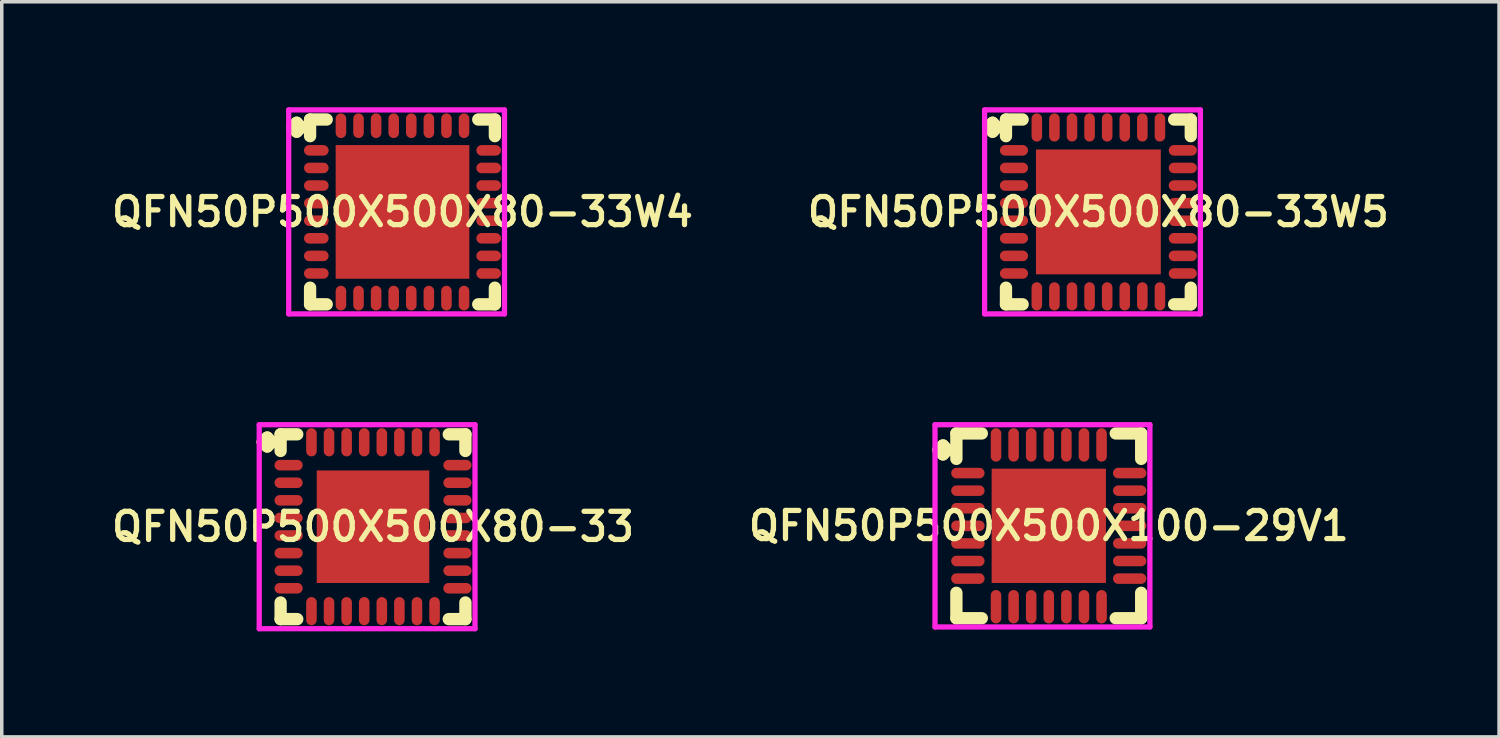
<source format=kicad_pcb>
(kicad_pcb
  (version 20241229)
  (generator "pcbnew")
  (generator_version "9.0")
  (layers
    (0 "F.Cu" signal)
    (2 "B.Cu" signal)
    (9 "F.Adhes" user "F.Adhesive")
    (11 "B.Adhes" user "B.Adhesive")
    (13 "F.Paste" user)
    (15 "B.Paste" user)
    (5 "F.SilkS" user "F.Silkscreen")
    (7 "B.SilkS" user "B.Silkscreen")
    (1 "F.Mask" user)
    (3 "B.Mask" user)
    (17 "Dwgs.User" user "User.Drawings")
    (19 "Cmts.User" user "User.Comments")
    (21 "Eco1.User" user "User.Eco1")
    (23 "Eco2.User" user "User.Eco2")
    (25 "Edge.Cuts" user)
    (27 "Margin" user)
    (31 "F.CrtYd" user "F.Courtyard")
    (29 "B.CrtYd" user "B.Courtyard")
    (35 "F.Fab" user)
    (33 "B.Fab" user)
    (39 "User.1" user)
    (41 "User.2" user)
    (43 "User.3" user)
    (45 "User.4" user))
  (footprint "QFN50P500X500X100-29V1"
    (layer "F.Cu")
    (at 26.768 11.9)
    (property "Reference" "QFN50P500X500X100-29V1" (at 0 0 0) (layer "F.SilkS") (effects (font (size 0.8 0.8) (thickness 0.15))))
    (attr smd)
    (fp_line (start -3.135 -2.158) (end -3.008 -2.285) (stroke (width 0.35) (type solid)) (layer "F.SilkS"))
    (fp_line (start -3.008 -2.285) (end -2.881 -2.158) (stroke (width 0.35) (type solid)) (layer "F.SilkS"))
    (fp_line (start -3.008 -2.031) (end -3.135 -2.158) (stroke (width 0.35) (type solid)) (layer "F.SilkS"))
    (fp_line (start -2.881 -2.158) (end -3.008 -2.031) (stroke (width 0.35) (type solid)) (layer "F.SilkS"))
    (fp_line (start -2.627 -2.627) (end -1.904 -2.627) (stroke (width 0.35) (type solid)) (layer "F.SilkS"))
    (fp_line (start -2.627 -1.904) (end -2.627 -2.627) (stroke (width 0.35) (type solid)) (layer "F.SilkS"))
    (fp_line (start -2.627 1.904) (end -2.627 2.627) (stroke (width 0.35) (type solid)) (layer "F.SilkS"))
    (fp_line (start -2.627 2.627) (end -1.904 2.627) (stroke (width 0.35) (type solid)) (layer "F.SilkS"))
    (fp_line (start 1.904 -2.627) (end 2.627 -2.627) (stroke (width 0.35) (type solid)) (layer "F.SilkS"))
    (fp_line (start 1.904 2.627) (end 2.627 2.627) (stroke (width 0.35) (type solid)) (layer "F.SilkS"))
    (fp_line (start 2.627 -2.627) (end 2.627 -1.904) (stroke (width 0.35) (type solid)) (layer "F.SilkS"))
    (fp_line (start 2.627 2.627) (end 2.627 1.904) (stroke (width 0.35) (type solid)) (layer "F.SilkS"))
    (fp_line (start -3.235 -2.875) (end 2.875 -2.875) (stroke (width 0.15) (type solid)) (layer "F.CrtYd"))
    (fp_line (start -3.235 2.875) (end -3.235 -2.875) (stroke (width 0.15) (type solid)) (layer "F.CrtYd"))
    (fp_line (start 2.875 -2.875) (end 2.875 2.875) (stroke (width 0.15) (type solid)) (layer "F.CrtYd"))
    (fp_line (start 2.875 2.875) (end -3.235 2.875) (stroke (width 0.15) (type solid)) (layer "F.CrtYd"))
    (pad "1" smd oval (at -2.3 -1.5) (size 0.95 0.3) (layers "F.Cu" "F.Mask" "F.Paste"))
    (pad "2" smd oval (at -2.3 -1) (size 0.95 0.3) (layers "F.Cu" "F.Mask" "F.Paste"))
    (pad "3" smd oval (at -2.3 -0.5) (size 0.95 0.3) (layers "F.Cu" "F.Mask" "F.Paste"))
    (pad "4" smd oval (at -2.3 0) (size 0.95 0.3) (layers "F.Cu" "F.Mask" "F.Paste"))
    (pad "5" smd oval (at -2.3 0.5) (size 0.95 0.3) (layers "F.Cu" "F.Mask" "F.Paste"))
    (pad "6" smd oval (at -2.3 1) (size 0.95 0.3) (layers "F.Cu" "F.Mask" "F.Paste"))
    (pad "7" smd oval (at -2.3 1.5) (size 0.95 0.3) (layers "F.Cu" "F.Mask" "F.Paste"))
    (pad "8" smd oval (at -1.5 2.3) (size 0.3 0.95) (layers "F.Cu" "F.Mask" "F.Paste"))
    (pad "9" smd oval (at -1 2.3) (size 0.3 0.95) (layers "F.Cu" "F.Mask" "F.Paste"))
    (pad "10" smd oval (at -0.5 2.3) (size 0.3 0.95) (layers "F.Cu" "F.Mask" "F.Paste"))
    (pad "11" smd oval (at 0 2.3) (size 0.3 0.95) (layers "F.Cu" "F.Mask" "F.Paste"))
    (pad "12" smd oval (at 0.5 2.3) (size 0.3 0.95) (layers "F.Cu" "F.Mask" "F.Paste"))
    (pad "13" smd oval (at 1 2.3) (size 0.3 0.95) (layers "F.Cu" "F.Mask" "F.Paste"))
    (pad "14" smd oval (at 1.5 2.3) (size 0.3 0.95) (layers "F.Cu" "F.Mask" "F.Paste"))
    (pad "15" smd oval (at 2.3 1.5) (size 0.95 0.3) (layers "F.Cu" "F.Mask" "F.Paste"))
    (pad "16" smd oval (at 2.3 1) (size 0.95 0.3) (layers "F.Cu" "F.Mask" "F.Paste"))
    (pad "17" smd oval (at 2.3 0.5) (size 0.95 0.3) (layers "F.Cu" "F.Mask" "F.Paste"))
    (pad "18" smd oval (at 2.3 0) (size 0.95 0.3) (layers "F.Cu" "F.Mask" "F.Paste"))
    (pad "19" smd oval (at 2.3 -0.5) (size 0.95 0.3) (layers "F.Cu" "F.Mask" "F.Paste"))
    (pad "20" smd oval (at 2.3 -1) (size 0.95 0.3) (layers "F.Cu" "F.Mask" "F.Paste"))
    (pad "21" smd oval (at 2.3 -1.5) (size 0.95 0.3) (layers "F.Cu" "F.Mask" "F.Paste"))
    (pad "22" smd oval (at 1.5 -2.3) (size 0.3 0.95) (layers "F.Cu" "F.Mask" "F.Paste"))
    (pad "23" smd oval (at 1 -2.3) (size 0.3 0.95) (layers "F.Cu" "F.Mask" "F.Paste"))
    (pad "24" smd oval (at 0.5 -2.3) (size 0.3 0.95) (layers "F.Cu" "F.Mask" "F.Paste"))
    (pad "25" smd oval (at 0 -2.3) (size 0.3 0.95) (layers "F.Cu" "F.Mask" "F.Paste"))
    (pad "26" smd oval (at -0.5 -2.3) (size 0.3 0.95) (layers "F.Cu" "F.Mask" "F.Paste"))
    (pad "27" smd oval (at -1 -2.3) (size 0.3 0.95) (layers "F.Cu" "F.Mask" "F.Paste"))
    (pad "28" smd oval (at -1.5 -2.3) (size 0.3 0.95) (layers "F.Cu" "F.Mask" "F.Paste"))
    (pad "29" smd rect (at 0 0) (size 3.25 3.25) (layers "F.Cu" "F.Mask" "F.Paste")))
  (footprint "QFN50P500X500X80-33W4"
    (layer "F.Cu")
    (at 8.393 2.975)
    (property "Reference" "QFN50P500X500X80-33W4" (at 0 0 0) (layer "F.SilkS") (effects (font (size 0.8 0.8) (thickness 0.15))))
    (attr smd)
    (fp_line (start -3.135 -2.408) (end -3.008 -2.535) (stroke (width 0.35) (type solid)) (layer "F.SilkS"))
    (fp_line (start -3.008 -2.535) (end -2.881 -2.408) (stroke (width 0.35) (type solid)) (layer "F.SilkS"))
    (fp_line (start -3.008 -2.281) (end -3.135 -2.408) (stroke (width 0.35) (type solid)) (layer "F.SilkS"))
    (fp_line (start -2.881 -2.408) (end -3.008 -2.281) (stroke (width 0.35) (type solid)) (layer "F.SilkS"))
    (fp_line (start -2.627 -2.627) (end -2.154 -2.627) (stroke (width 0.35) (type solid)) (layer "F.SilkS"))
    (fp_line (start -2.627 -2.154) (end -2.627 -2.627) (stroke (width 0.35) (type solid)) (layer "F.SilkS"))
    (fp_line (start -2.627 2.154) (end -2.627 2.627) (stroke (width 0.35) (type solid)) (layer "F.SilkS"))
    (fp_line (start -2.627 2.627) (end -2.154 2.627) (stroke (width 0.35) (type solid)) (layer "F.SilkS"))
    (fp_line (start 2.154 -2.627) (end 2.627 -2.627) (stroke (width 0.35) (type solid)) (layer "F.SilkS"))
    (fp_line (start 2.154 2.627) (end 2.627 2.627) (stroke (width 0.35) (type solid)) (layer "F.SilkS"))
    (fp_line (start 2.627 -2.627) (end 2.627 -2.154) (stroke (width 0.35) (type solid)) (layer "F.SilkS"))
    (fp_line (start 2.627 2.627) (end 2.627 2.154) (stroke (width 0.35) (type solid)) (layer "F.SilkS"))
    (fp_line (start -3.235 -2.9) (end 2.9 -2.9) (stroke (width 0.15) (type solid)) (layer "F.CrtYd"))
    (fp_line (start -3.235 2.9) (end -3.235 -2.9) (stroke (width 0.15) (type solid)) (layer "F.CrtYd"))
    (fp_line (start 2.9 -2.9) (end 2.9 2.9) (stroke (width 0.15) (type solid)) (layer "F.CrtYd"))
    (fp_line (start 2.9 2.9) (end -3.235 2.9) (stroke (width 0.15) (type solid)) (layer "F.CrtYd"))
    (pad "1" smd oval (at -2.45 -1.75) (size 0.7 0.3) (layers "F.Cu" "F.Mask" "F.Paste"))
    (pad "2" smd oval (at -2.45 -1.25) (size 0.7 0.3) (layers "F.Cu" "F.Mask" "F.Paste"))
    (pad "3" smd oval (at -2.45 -0.75) (size 0.7 0.3) (layers "F.Cu" "F.Mask" "F.Paste"))
    (pad "4" smd oval (at -2.45 -0.25) (size 0.7 0.3) (layers "F.Cu" "F.Mask" "F.Paste"))
    (pad "5" smd oval (at -2.45 0.25) (size 0.7 0.3) (layers "F.Cu" "F.Mask" "F.Paste"))
    (pad "6" smd oval (at -2.45 0.75) (size 0.7 0.3) (layers "F.Cu" "F.Mask" "F.Paste"))
    (pad "7" smd oval (at -2.45 1.25) (size 0.7 0.3) (layers "F.Cu" "F.Mask" "F.Paste"))
    (pad "8" smd oval (at -2.45 1.75) (size 0.7 0.3) (layers "F.Cu" "F.Mask" "F.Paste"))
    (pad "9" smd oval (at -1.75 2.45) (size 0.3 0.7) (layers "F.Cu" "F.Mask" "F.Paste"))
    (pad "10" smd oval (at -1.25 2.45) (size 0.3 0.7) (layers "F.Cu" "F.Mask" "F.Paste"))
    (pad "11" smd oval (at -0.75 2.45) (size 0.3 0.7) (layers "F.Cu" "F.Mask" "F.Paste"))
    (pad "12" smd oval (at -0.25 2.45) (size 0.3 0.7) (layers "F.Cu" "F.Mask" "F.Paste"))
    (pad "13" smd oval (at 0.25 2.45) (size 0.3 0.7) (layers "F.Cu" "F.Mask" "F.Paste"))
    (pad "14" smd oval (at 0.75 2.45) (size 0.3 0.7) (layers "F.Cu" "F.Mask" "F.Paste"))
    (pad "15" smd oval (at 1.25 2.45) (size 0.3 0.7) (layers "F.Cu" "F.Mask" "F.Paste"))
    (pad "16" smd oval (at 1.75 2.45) (size 0.3 0.7) (layers "F.Cu" "F.Mask" "F.Paste"))
    (pad "17" smd oval (at 2.45 1.75) (size 0.7 0.3) (layers "F.Cu" "F.Mask" "F.Paste"))
    (pad "18" smd oval (at 2.45 1.25) (size 0.7 0.3) (layers "F.Cu" "F.Mask" "F.Paste"))
    (pad "19" smd oval (at 2.45 0.75) (size 0.7 0.3) (layers "F.Cu" "F.Mask" "F.Paste"))
    (pad "20" smd oval (at 2.45 0.25) (size 0.7 0.3) (layers "F.Cu" "F.Mask" "F.Paste"))
    (pad "21" smd oval (at 2.45 -0.25) (size 0.7 0.3) (layers "F.Cu" "F.Mask" "F.Paste"))
    (pad "22" smd oval (at 2.45 -0.75) (size 0.7 0.3) (layers "F.Cu" "F.Mask" "F.Paste"))
    (pad "23" smd oval (at 2.45 -1.25) (size 0.7 0.3) (layers "F.Cu" "F.Mask" "F.Paste"))
    (pad "24" smd oval (at 2.45 -1.75) (size 0.7 0.3) (layers "F.Cu" "F.Mask" "F.Paste"))
    (pad "25" smd oval (at 1.75 -2.45) (size 0.3 0.7) (layers "F.Cu" "F.Mask" "F.Paste"))
    (pad "26" smd oval (at 1.25 -2.45) (size 0.3 0.7) (layers "F.Cu" "F.Mask" "F.Paste"))
    (pad "27" smd oval (at 0.75 -2.45) (size 0.3 0.7) (layers "F.Cu" "F.Mask" "F.Paste"))
    (pad "28" smd oval (at 0.25 -2.45) (size 0.3 0.7) (layers "F.Cu" "F.Mask" "F.Paste"))
    (pad "29" smd oval (at -0.25 -2.45) (size 0.3 0.7) (layers "F.Cu" "F.Mask" "F.Paste"))
    (pad "30" smd oval (at -0.75 -2.45) (size 0.3 0.7) (layers "F.Cu" "F.Mask" "F.Paste"))
    (pad "31" smd oval (at -1.25 -2.45) (size 0.3 0.7) (layers "F.Cu" "F.Mask" "F.Paste"))
    (pad "32" smd oval (at -1.75 -2.45) (size 0.3 0.7) (layers "F.Cu" "F.Mask" "F.Paste"))
    (pad "33" smd rect (at 0 0) (size 3.8 3.8) (layers "F.Cu" "F.Mask" "F.Paste")))
  (footprint "QFN50P500X500X80-33"
    (layer "F.Cu")
    (at 7.555 11.925)
    (property "Reference" "QFN50P500X500X80-33" (at 0 0 0) (layer "F.SilkS") (effects (font (size 0.8 0.8) (thickness 0.15))))
    (attr smd)
    (fp_line (start -3.135 -2.408) (end -3.008 -2.535) (stroke (width 0.35) (type solid)) (layer "F.SilkS"))
    (fp_line (start -3.008 -2.535) (end -2.881 -2.408) (stroke (width 0.35) (type solid)) (layer "F.SilkS"))
    (fp_line (start -3.008 -2.281) (end -3.135 -2.408) (stroke (width 0.35) (type solid)) (layer "F.SilkS"))
    (fp_line (start -2.881 -2.408) (end -3.008 -2.281) (stroke (width 0.35) (type solid)) (layer "F.SilkS"))
    (fp_line (start -2.627 -2.627) (end -2.154 -2.627) (stroke (width 0.35) (type solid)) (layer "F.SilkS"))
    (fp_line (start -2.627 -2.154) (end -2.627 -2.627) (stroke (width 0.35) (type solid)) (layer "F.SilkS"))
    (fp_line (start -2.627 2.154) (end -2.627 2.627) (stroke (width 0.35) (type solid)) (layer "F.SilkS"))
    (fp_line (start -2.627 2.627) (end -2.154 2.627) (stroke (width 0.35) (type solid)) (layer "F.SilkS"))
    (fp_line (start 2.154 -2.627) (end 2.627 -2.627) (stroke (width 0.35) (type solid)) (layer "F.SilkS"))
    (fp_line (start 2.154 2.627) (end 2.627 2.627) (stroke (width 0.35) (type solid)) (layer "F.SilkS"))
    (fp_line (start 2.627 -2.627) (end 2.627 -2.154) (stroke (width 0.35) (type solid)) (layer "F.SilkS"))
    (fp_line (start 2.627 2.627) (end 2.627 2.154) (stroke (width 0.35) (type solid)) (layer "F.SilkS"))
    (fp_line (start -3.235 -2.9) (end 2.9 -2.9) (stroke (width 0.15) (type solid)) (layer "F.CrtYd"))
    (fp_line (start -3.235 2.9) (end -3.235 -2.9) (stroke (width 0.15) (type solid)) (layer "F.CrtYd"))
    (fp_line (start 2.9 -2.9) (end 2.9 2.9) (stroke (width 0.15) (type solid)) (layer "F.CrtYd"))
    (fp_line (start 2.9 2.9) (end -3.235 2.9) (stroke (width 0.15) (type solid)) (layer "F.CrtYd"))
    (pad "1" smd oval (at -2.4 -1.75) (size 0.8 0.3) (layers "F.Cu" "F.Mask" "F.Paste"))
    (pad "2" smd oval (at -2.4 -1.25) (size 0.8 0.3) (layers "F.Cu" "F.Mask" "F.Paste"))
    (pad "3" smd oval (at -2.4 -0.75) (size 0.8 0.3) (layers "F.Cu" "F.Mask" "F.Paste"))
    (pad "4" smd oval (at -2.4 -0.25) (size 0.8 0.3) (layers "F.Cu" "F.Mask" "F.Paste"))
    (pad "5" smd oval (at -2.4 0.25) (size 0.8 0.3) (layers "F.Cu" "F.Mask" "F.Paste"))
    (pad "6" smd oval (at -2.4 0.75) (size 0.8 0.3) (layers "F.Cu" "F.Mask" "F.Paste"))
    (pad "7" smd oval (at -2.4 1.25) (size 0.8 0.3) (layers "F.Cu" "F.Mask" "F.Paste"))
    (pad "8" smd oval (at -2.4 1.75) (size 0.8 0.3) (layers "F.Cu" "F.Mask" "F.Paste"))
    (pad "9" smd oval (at -1.75 2.4) (size 0.3 0.8) (layers "F.Cu" "F.Mask" "F.Paste"))
    (pad "10" smd oval (at -1.25 2.4) (size 0.3 0.8) (layers "F.Cu" "F.Mask" "F.Paste"))
    (pad "11" smd oval (at -0.75 2.4) (size 0.3 0.8) (layers "F.Cu" "F.Mask" "F.Paste"))
    (pad "12" smd oval (at -0.25 2.4) (size 0.3 0.8) (layers "F.Cu" "F.Mask" "F.Paste"))
    (pad "13" smd oval (at 0.25 2.4) (size 0.3 0.8) (layers "F.Cu" "F.Mask" "F.Paste"))
    (pad "14" smd oval (at 0.75 2.4) (size 0.3 0.8) (layers "F.Cu" "F.Mask" "F.Paste"))
    (pad "15" smd oval (at 1.25 2.4) (size 0.3 0.8) (layers "F.Cu" "F.Mask" "F.Paste"))
    (pad "16" smd oval (at 1.75 2.4) (size 0.3 0.8) (layers "F.Cu" "F.Mask" "F.Paste"))
    (pad "17" smd oval (at 2.4 1.75) (size 0.8 0.3) (layers "F.Cu" "F.Mask" "F.Paste"))
    (pad "18" smd oval (at 2.4 1.25) (size 0.8 0.3) (layers "F.Cu" "F.Mask" "F.Paste"))
    (pad "19" smd oval (at 2.4 0.75) (size 0.8 0.3) (layers "F.Cu" "F.Mask" "F.Paste"))
    (pad "20" smd oval (at 2.4 0.25) (size 0.8 0.3) (layers "F.Cu" "F.Mask" "F.Paste"))
    (pad "21" smd oval (at 2.4 -0.25) (size 0.8 0.3) (layers "F.Cu" "F.Mask" "F.Paste"))
    (pad "22" smd oval (at 2.4 -0.75) (size 0.8 0.3) (layers "F.Cu" "F.Mask" "F.Paste"))
    (pad "23" smd oval (at 2.4 -1.25) (size 0.8 0.3) (layers "F.Cu" "F.Mask" "F.Paste"))
    (pad "24" smd oval (at 2.4 -1.75) (size 0.8 0.3) (layers "F.Cu" "F.Mask" "F.Paste"))
    (pad "25" smd oval (at 1.75 -2.4) (size 0.3 0.8) (layers "F.Cu" "F.Mask" "F.Paste"))
    (pad "26" smd oval (at 1.25 -2.4) (size 0.3 0.8) (layers "F.Cu" "F.Mask" "F.Paste"))
    (pad "27" smd oval (at 0.75 -2.4) (size 0.3 0.8) (layers "F.Cu" "F.Mask" "F.Paste"))
    (pad "28" smd oval (at 0.25 -2.4) (size 0.3 0.8) (layers "F.Cu" "F.Mask" "F.Paste"))
    (pad "29" smd oval (at -0.25 -2.4) (size 0.3 0.8) (layers "F.Cu" "F.Mask" "F.Paste"))
    (pad "30" smd oval (at -0.75 -2.4) (size 0.3 0.8) (layers "F.Cu" "F.Mask" "F.Paste"))
    (pad "31" smd oval (at -1.25 -2.4) (size 0.3 0.8) (layers "F.Cu" "F.Mask" "F.Paste"))
    (pad "32" smd oval (at -1.75 -2.4) (size 0.3 0.8) (layers "F.Cu" "F.Mask" "F.Paste"))
    (pad "33" smd rect (at 0 0) (size 3.2 3.2) (layers "F.Cu" "F.Mask" "F.Paste")))
  (footprint "QFN50P500X500X80-33W5"
    (layer "F.Cu")
    (at 28.178 2.975)
    (property "Reference" "QFN50P500X500X80-33W5" (at 0 0 0) (layer "F.SilkS") (effects (font (size 0.8 0.8) (thickness 0.15))))
    (attr smd)
    (fp_line (start -3.135 -2.408) (end -3.008 -2.535) (stroke (width 0.35) (type solid)) (layer "F.SilkS"))
    (fp_line (start -3.008 -2.535) (end -2.881 -2.408) (stroke (width 0.35) (type solid)) (layer "F.SilkS"))
    (fp_line (start -3.008 -2.281) (end -3.135 -2.408) (stroke (width 0.35) (type solid)) (layer "F.SilkS"))
    (fp_line (start -2.881 -2.408) (end -3.008 -2.281) (stroke (width 0.35) (type solid)) (layer "F.SilkS"))
    (fp_line (start -2.627 -2.627) (end -2.154 -2.627) (stroke (width 0.35) (type solid)) (layer "F.SilkS"))
    (fp_line (start -2.627 -2.154) (end -2.627 -2.627) (stroke (width 0.35) (type solid)) (layer "F.SilkS"))
    (fp_line (start -2.627 2.154) (end -2.627 2.627) (stroke (width 0.35) (type solid)) (layer "F.SilkS"))
    (fp_line (start -2.627 2.627) (end -2.154 2.627) (stroke (width 0.35) (type solid)) (layer "F.SilkS"))
    (fp_line (start 2.154 -2.627) (end 2.627 -2.627) (stroke (width 0.35) (type solid)) (layer "F.SilkS"))
    (fp_line (start 2.154 2.627) (end 2.627 2.627) (stroke (width 0.35) (type solid)) (layer "F.SilkS"))
    (fp_line (start 2.627 -2.627) (end 2.627 -2.154) (stroke (width 0.35) (type solid)) (layer "F.SilkS"))
    (fp_line (start 2.627 2.627) (end 2.627 2.154) (stroke (width 0.35) (type solid)) (layer "F.SilkS"))
    (fp_line (start -3.235 -2.9) (end 2.9 -2.9) (stroke (width 0.15) (type solid)) (layer "F.CrtYd"))
    (fp_line (start -3.235 2.9) (end -3.235 -2.9) (stroke (width 0.15) (type solid)) (layer "F.CrtYd"))
    (fp_line (start 2.9 -2.9) (end 2.9 2.9) (stroke (width 0.15) (type solid)) (layer "F.CrtYd"))
    (fp_line (start 2.9 2.9) (end -3.235 2.9) (stroke (width 0.15) (type solid)) (layer "F.CrtYd"))
    (pad "1" smd oval (at -2.4 -1.75) (size 0.8 0.3) (layers "F.Cu" "F.Mask" "F.Paste"))
    (pad "2" smd oval (at -2.4 -1.25) (size 0.8 0.3) (layers "F.Cu" "F.Mask" "F.Paste"))
    (pad "3" smd oval (at -2.4 -0.75) (size 0.8 0.3) (layers "F.Cu" "F.Mask" "F.Paste"))
    (pad "4" smd oval (at -2.4 -0.25) (size 0.8 0.3) (layers "F.Cu" "F.Mask" "F.Paste"))
    (pad "5" smd oval (at -2.4 0.25) (size 0.8 0.3) (layers "F.Cu" "F.Mask" "F.Paste"))
    (pad "6" smd oval (at -2.4 0.75) (size 0.8 0.3) (layers "F.Cu" "F.Mask" "F.Paste"))
    (pad "7" smd oval (at -2.4 1.25) (size 0.8 0.3) (layers "F.Cu" "F.Mask" "F.Paste"))
    (pad "8" smd oval (at -2.4 1.75) (size 0.8 0.3) (layers "F.Cu" "F.Mask" "F.Paste"))
    (pad "9" smd oval (at -1.75 2.4) (size 0.3 0.8) (layers "F.Cu" "F.Mask" "F.Paste"))
    (pad "10" smd oval (at -1.25 2.4) (size 0.3 0.8) (layers "F.Cu" "F.Mask" "F.Paste"))
    (pad "11" smd oval (at -0.75 2.4) (size 0.3 0.8) (layers "F.Cu" "F.Mask" "F.Paste"))
    (pad "12" smd oval (at -0.25 2.4) (size 0.3 0.8) (layers "F.Cu" "F.Mask" "F.Paste"))
    (pad "13" smd oval (at 0.25 2.4) (size 0.3 0.8) (layers "F.Cu" "F.Mask" "F.Paste"))
    (pad "14" smd oval (at 0.75 2.4) (size 0.3 0.8) (layers "F.Cu" "F.Mask" "F.Paste"))
    (pad "15" smd oval (at 1.25 2.4) (size 0.3 0.8) (layers "F.Cu" "F.Mask" "F.Paste"))
    (pad "16" smd oval (at 1.75 2.4) (size 0.3 0.8) (layers "F.Cu" "F.Mask" "F.Paste"))
    (pad "17" smd oval (at 2.4 1.75) (size 0.8 0.3) (layers "F.Cu" "F.Mask" "F.Paste"))
    (pad "18" smd oval (at 2.4 1.25) (size 0.8 0.3) (layers "F.Cu" "F.Mask" "F.Paste"))
    (pad "19" smd oval (at 2.4 0.75) (size 0.8 0.3) (layers "F.Cu" "F.Mask" "F.Paste"))
    (pad "20" smd oval (at 2.4 0.25) (size 0.8 0.3) (layers "F.Cu" "F.Mask" "F.Paste"))
    (pad "21" smd oval (at 2.4 -0.25) (size 0.8 0.3) (layers "F.Cu" "F.Mask" "F.Paste"))
    (pad "22" smd oval (at 2.4 -0.75) (size 0.8 0.3) (layers "F.Cu" "F.Mask" "F.Paste"))
    (pad "23" smd oval (at 2.4 -1.25) (size 0.8 0.3) (layers "F.Cu" "F.Mask" "F.Paste"))
    (pad "24" smd oval (at 2.4 -1.75) (size 0.8 0.3) (layers "F.Cu" "F.Mask" "F.Paste"))
    (pad "25" smd oval (at 1.75 -2.4) (size 0.3 0.8) (layers "F.Cu" "F.Mask" "F.Paste"))
    (pad "26" smd oval (at 1.25 -2.4) (size 0.3 0.8) (layers "F.Cu" "F.Mask" "F.Paste"))
    (pad "27" smd oval (at 0.75 -2.4) (size 0.3 0.8) (layers "F.Cu" "F.Mask" "F.Paste"))
    (pad "28" smd oval (at 0.25 -2.4) (size 0.3 0.8) (layers "F.Cu" "F.Mask" "F.Paste"))
    (pad "29" smd oval (at -0.25 -2.4) (size 0.3 0.8) (layers "F.Cu" "F.Mask" "F.Paste"))
    (pad "30" smd oval (at -0.75 -2.4) (size 0.3 0.8) (layers "F.Cu" "F.Mask" "F.Paste"))
    (pad "31" smd oval (at -1.25 -2.4) (size 0.3 0.8) (layers "F.Cu" "F.Mask" "F.Paste"))
    (pad "32" smd oval (at -1.75 -2.4) (size 0.3 0.8) (layers "F.Cu" "F.Mask" "F.Paste"))
    (pad "33" smd rect (at 0 0) (size 3.55 3.55) (layers "F.Cu" "F.Mask" "F.Paste")))
  (gr_rect
    (start -3 -3)
    (end 39.57 17.9)
    (stroke (width 0.1) (type default))
    (fill no)
    (layer "Edge.Cuts")))
</source>
